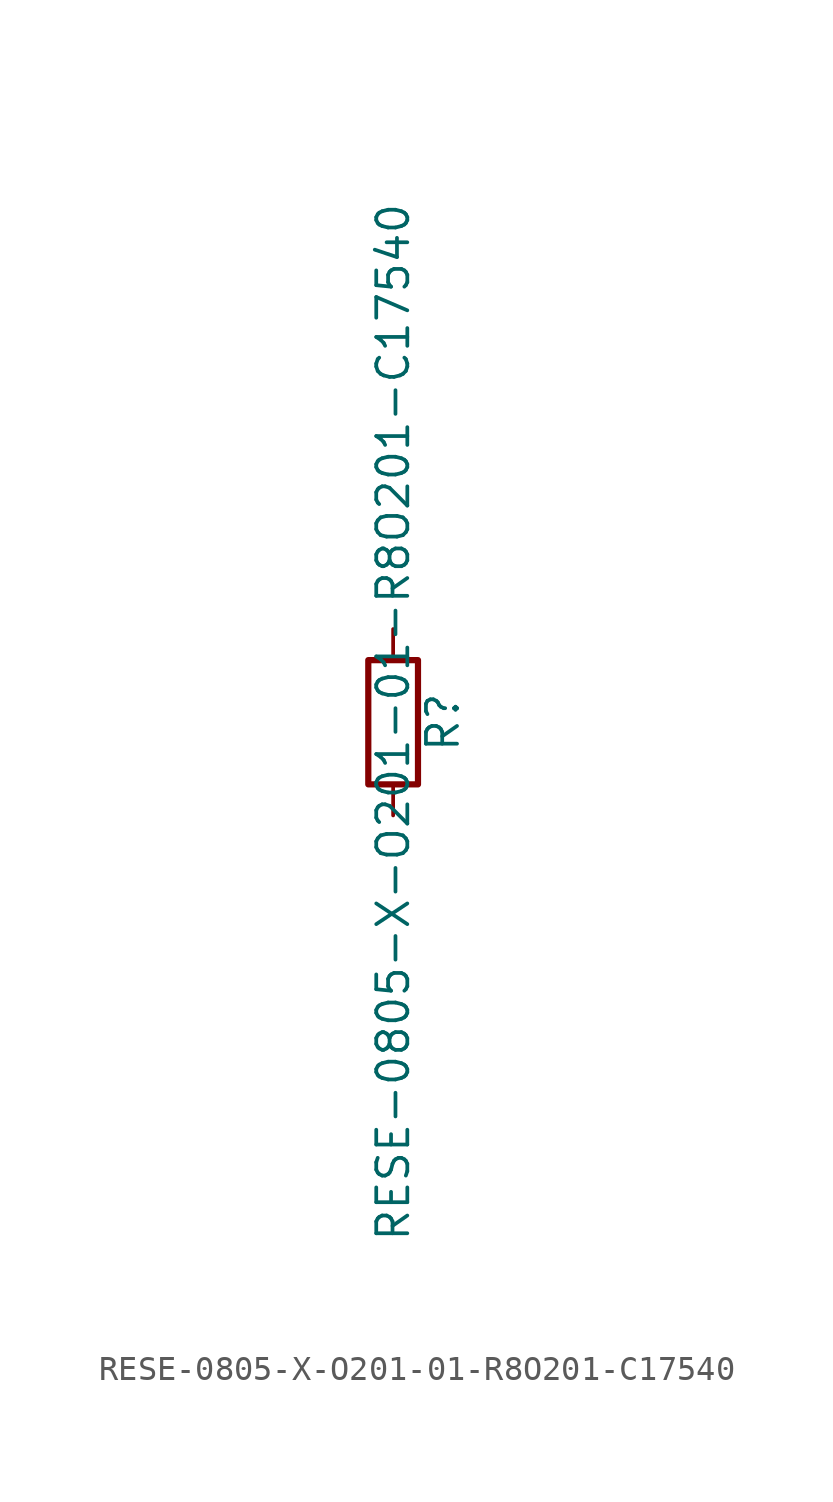
<source format=kicad_sym>
(kicad_symbol_lib
  (version 20211014)
  (generator kicad_symbol_editor)
  (symbol "RESE-0805-X-O201-01-R8O201-C17540"
    (pin_numbers hide)
    (pin_names
      (offset 0))
    (property "Reference" "R"
      (at 2.032 0 90)
      (effects (font (size 1.27 1.27))))
    (property "Value" "RESE-0805-X-O201-01-R8O201-C17540"
      (at 0 0 90)
      (effects (font (size 1.27 1.27))))
    (symbol "RESE-0805-X-O201-01-R8O201-C17540_0_1"
      (rectangle (start -1.016 -2.54) (end 1.016 2.54) (stroke (width 0.254) (type default) (color 0 0 0 0)) (fill (type none))))
    (symbol "RESE-0805-X-O201-01-R8O201-C17540_1_1"
      (pin passive line (at 0 3.81 270) (length 1.27) (name "~" (effects (font (size 1.27 1.27)))) (number "1" (effects (font (size 1.27 1.27)))))
      (pin passive line (at 0 -3.81 90) (length 1.27) (name "~" (effects (font (size 1.27 1.27)))) (number "2" (effects (font (size 1.27 1.27))))))))
</source>
